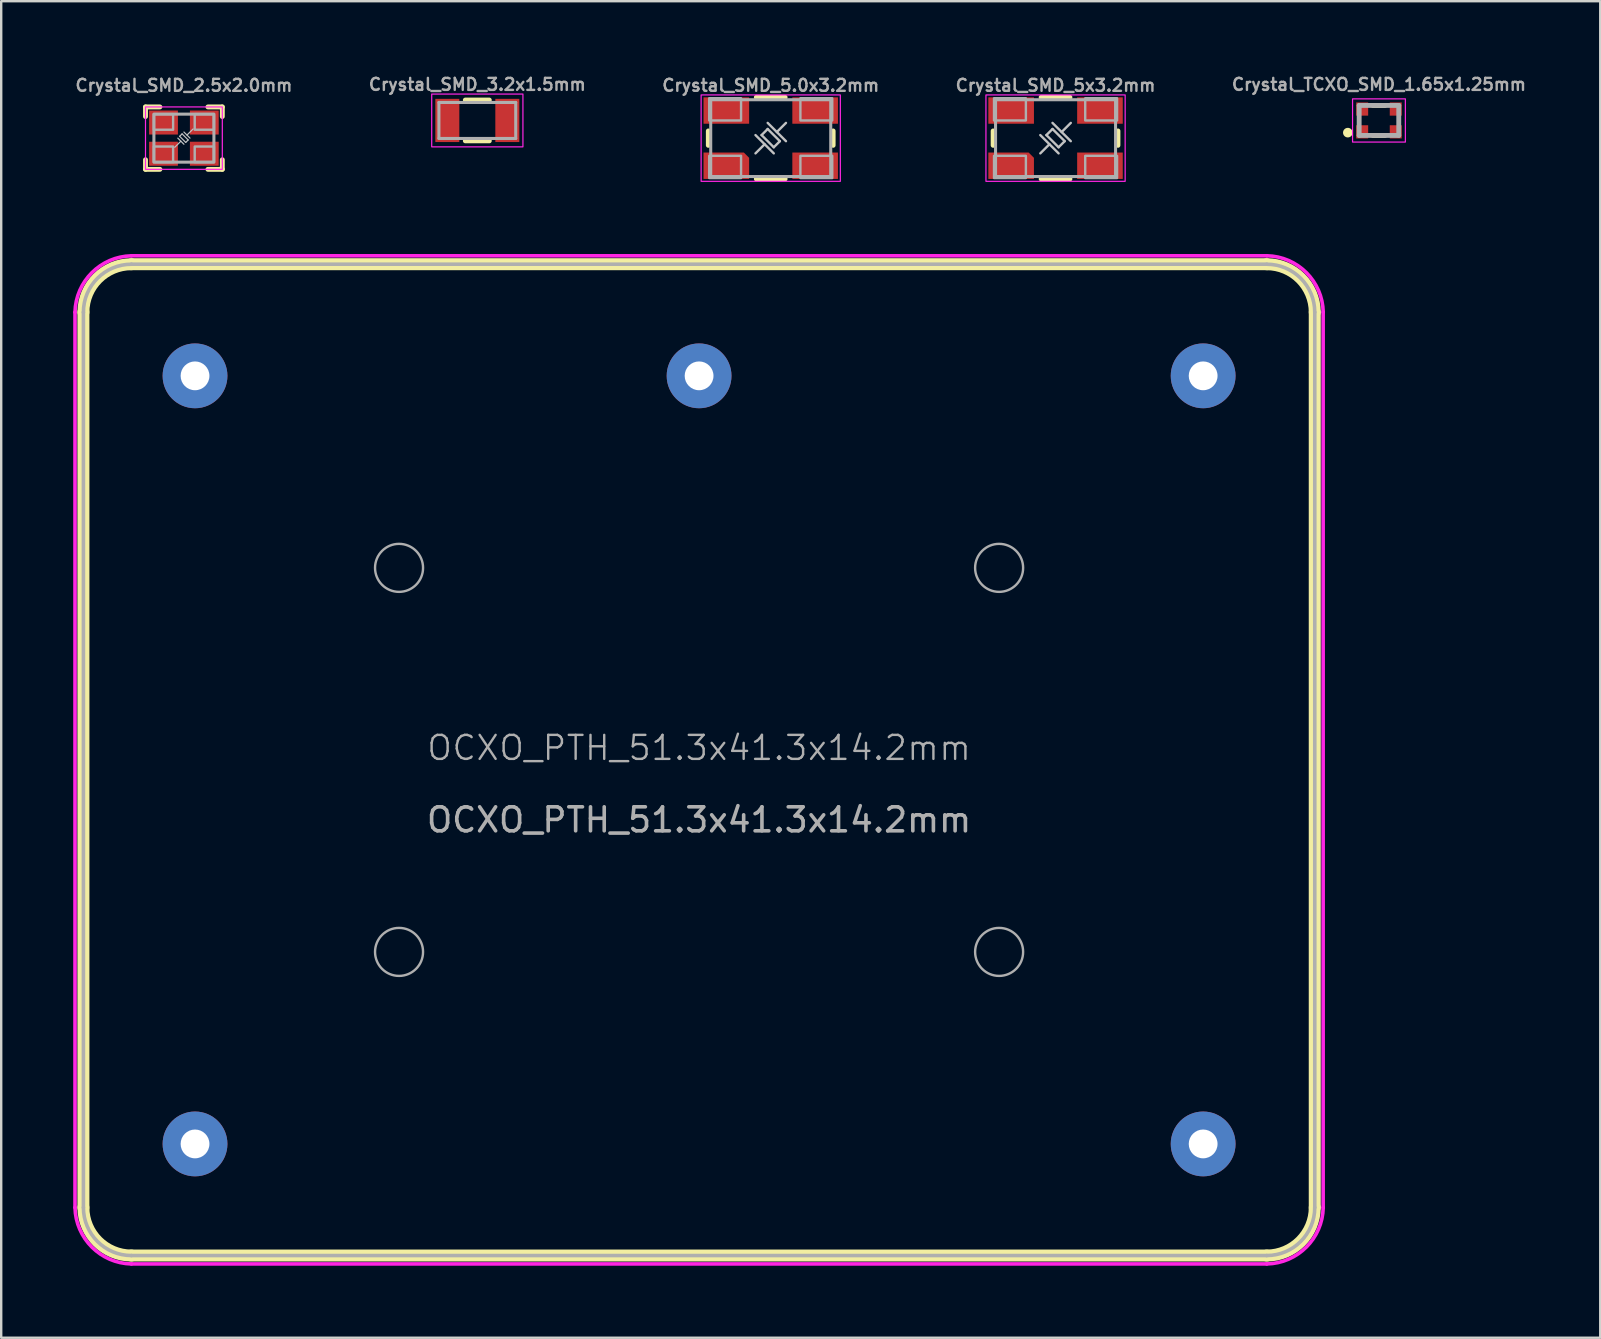
<source format=kicad_pcb>
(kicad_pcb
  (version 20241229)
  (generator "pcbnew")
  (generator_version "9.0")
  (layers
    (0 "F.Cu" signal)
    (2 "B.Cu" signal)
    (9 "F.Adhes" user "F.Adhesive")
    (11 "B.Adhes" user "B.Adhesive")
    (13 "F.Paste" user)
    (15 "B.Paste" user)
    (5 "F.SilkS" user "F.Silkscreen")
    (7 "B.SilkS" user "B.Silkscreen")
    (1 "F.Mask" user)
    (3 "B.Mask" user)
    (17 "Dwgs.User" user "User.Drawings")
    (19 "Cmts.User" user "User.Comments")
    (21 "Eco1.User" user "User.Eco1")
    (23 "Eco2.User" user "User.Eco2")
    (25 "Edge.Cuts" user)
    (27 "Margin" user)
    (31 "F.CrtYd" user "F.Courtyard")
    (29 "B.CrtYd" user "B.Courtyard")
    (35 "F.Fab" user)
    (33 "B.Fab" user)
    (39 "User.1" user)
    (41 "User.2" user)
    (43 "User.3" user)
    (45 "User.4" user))
  (footprint "Crystal_SMD_5x3.2mm"
    (layer "F.Cu")
    (at 40.926 2.705)
    (property "Reference" "Crystal_SMD_5x3.2mm" (at 0 -1.905 0) (layer "F.Fab") (effects (font (size 0.5 0.5) (thickness 0.1) (bold yes)) (justify bottom)))
    (fp_line (start -2.6 -0.3) (end -2.6 0.3) (stroke (width 0.203) (type solid)) (layer "F.SilkS"))
    (fp_line (start -0.6 -1.7) (end 0.6 -1.7) (stroke (width 0.203) (type solid)) (layer "F.SilkS"))
    (fp_line (start 0.6 1.7) (end -0.6 1.7) (stroke (width 0.203) (type solid)) (layer "F.SilkS"))
    (fp_line (start 2.6 -0.3) (end 2.6 0.3) (stroke (width 0.203) (type solid)) (layer "F.SilkS"))
    (fp_line (start -0.381 -0.127) (end -0.127 -0.381) (stroke (width 0.1) (type default)) (layer "Dwgs.User"))
    (fp_line (start -0.254 0.254) (end -0.635 0.635) (stroke (width 0.1) (type default)) (layer "Dwgs.User"))
    (fp_line (start 0.127 0.381) (end -0.381 -0.127) (stroke (width 0.1) (type default)) (layer "Dwgs.User"))
    (fp_line (start 0.127 0.381) (end 0.381 0.127) (stroke (width 0.1) (type default)) (layer "Dwgs.User"))
    (fp_line (start 0.127 0.635) (end -0.635 -0.127) (stroke (width 0.1) (type default)) (layer "Dwgs.User"))
    (fp_line (start 0.381 0.127) (end -0.127 -0.381) (stroke (width 0.1) (type default)) (layer "Dwgs.User"))
    (fp_line (start 0.635 -0.635) (end 0.254 -0.254) (stroke (width 0.1) (type default)) (layer "Dwgs.User"))
    (fp_line (start 0.635 0.127) (end -0.127 -0.635) (stroke (width 0.1) (type default)) (layer "Dwgs.User"))
    (fp_rect (start 2.9 -1.8) (end -2.9 1.8) (stroke (width 0.05) (type default)) (fill no) (layer "F.CrtYd"))
    (fp_line (start -2.5 -1.6) (end -2.5 1.6) (stroke (width 0.127) (type solid)) (layer "F.Fab"))
    (fp_line (start -2.5 1.6) (end 2.5 1.6) (stroke (width 0.127) (type solid)) (layer "F.Fab"))
    (fp_line (start 2.5 -1.6) (end -2.5 -1.6) (stroke (width 0.127) (type solid)) (layer "F.Fab"))
    (fp_line (start 2.5 1.6) (end 2.5 -1.6) (stroke (width 0.127) (type solid)) (layer "F.Fab"))
    (fp_poly (pts (xy -1.236 -0.737) (xy -2.563 -0.737) (xy -2.563 -1.663) (xy -1.236 -1.663)) (stroke (width 0.1) (type default)) (fill no) (layer "F.Fab"))
    (fp_poly (pts (xy -1.236 1.663) (xy -2.563 1.663) (xy -2.563 0.737) (xy -1.236 0.737)) (stroke (width 0.1) (type default)) (fill no) (layer "F.Fab"))
    (fp_poly (pts (xy 2.563 -0.737) (xy 1.236 -0.737) (xy 1.236 -1.663) (xy 2.563 -1.663)) (stroke (width 0.1) (type default)) (fill no) (layer "F.Fab"))
    (fp_poly (pts (xy 2.563 1.663) (xy 1.236 1.663) (xy 1.236 0.737) (xy 2.563 0.737)) (stroke (width 0.1) (type default)) (fill no) (layer "F.Fab"))
    (pad "1" smd roundrect (at -1.85 1.15) (size 1.9 1.1) (layers "F.Cu" "F.Mask" "F.Paste") (roundrect_rratio 0) (chamfer_ratio 0.2) (chamfer top_right))
    (pad "2" smd rect (at 1.85 1.15) (size 1.9 1.1) (layers "F.Cu" "F.Mask" "F.Paste"))
    (pad "3" smd rect (at 1.85 -1.15) (size 1.9 1.1) (layers "F.Cu" "F.Mask" "F.Paste"))
    (pad "4" smd rect (at -1.85 -1.15) (size 1.9 1.1) (layers "F.Cu" "F.Mask" "F.Paste")))
  (footprint "Crystal_SMD_5.0x3.2mm"
    (layer "F.Cu")
    (at 29.06 2.705)
    (property "Reference" "Crystal_SMD_5.0x3.2mm" (at 0 -1.905 0) (layer "F.Fab") (effects (font (size 0.5 0.5) (thickness 0.1) (bold yes)) (justify bottom)))
    (attr smd)
    (fp_line (start -2.6 -0.3) (end -2.6 0.3) (stroke (width 0.203) (type solid)) (layer "F.SilkS"))
    (fp_line (start -0.6 -1.7) (end 0.6 -1.7) (stroke (width 0.203) (type solid)) (layer "F.SilkS"))
    (fp_line (start 0.6 1.7) (end -0.6 1.7) (stroke (width 0.203) (type solid)) (layer "F.SilkS"))
    (fp_line (start 2.6 -0.3) (end 2.6 0.3) (stroke (width 0.203) (type solid)) (layer "F.SilkS"))
    (fp_line (start -0.381 -0.127) (end -0.127 -0.381) (stroke (width 0.1) (type default)) (layer "Dwgs.User"))
    (fp_line (start -0.254 0.254) (end -0.635 0.635) (stroke (width 0.1) (type default)) (layer "Dwgs.User"))
    (fp_line (start 0.127 0.381) (end -0.381 -0.127) (stroke (width 0.1) (type default)) (layer "Dwgs.User"))
    (fp_line (start 0.127 0.381) (end 0.381 0.127) (stroke (width 0.1) (type default)) (layer "Dwgs.User"))
    (fp_line (start 0.127 0.635) (end -0.635 -0.127) (stroke (width 0.1) (type default)) (layer "Dwgs.User"))
    (fp_line (start 0.381 0.127) (end -0.127 -0.381) (stroke (width 0.1) (type default)) (layer "Dwgs.User"))
    (fp_line (start 0.635 -0.635) (end 0.254 -0.254) (stroke (width 0.1) (type default)) (layer "Dwgs.User"))
    (fp_line (start 0.635 0.127) (end -0.127 -0.635) (stroke (width 0.1) (type default)) (layer "Dwgs.User"))
    (fp_rect (start 2.9 -1.8) (end -2.9 1.8) (stroke (width 0.05) (type default)) (fill no) (layer "F.CrtYd"))
    (fp_line (start -2.5 -1.6) (end -2.5 1.6) (stroke (width 0.127) (type solid)) (layer "F.Fab"))
    (fp_line (start -2.5 1.6) (end 2.5 1.6) (stroke (width 0.127) (type solid)) (layer "F.Fab"))
    (fp_line (start 2.5 -1.6) (end -2.5 -1.6) (stroke (width 0.127) (type solid)) (layer "F.Fab"))
    (fp_line (start 2.5 1.6) (end 2.5 -1.6) (stroke (width 0.127) (type solid)) (layer "F.Fab"))
    (fp_poly (pts (xy -1.236 -0.737) (xy -2.563 -0.737) (xy -2.563 -1.663) (xy -1.236 -1.663)) (stroke (width 0.1) (type default)) (fill no) (layer "F.Fab"))
    (fp_poly (pts (xy -1.236 1.663) (xy -2.563 1.663) (xy -2.563 0.737) (xy -1.236 0.737)) (stroke (width 0.1) (type default)) (fill no) (layer "F.Fab"))
    (fp_poly (pts (xy 2.563 -0.737) (xy 1.236 -0.737) (xy 1.236 -1.663) (xy 2.563 -1.663)) (stroke (width 0.1) (type default)) (fill no) (layer "F.Fab"))
    (fp_poly (pts (xy 2.563 1.663) (xy 1.236 1.663) (xy 1.236 0.737) (xy 2.563 0.737)) (stroke (width 0.1) (type default)) (fill no) (layer "F.Fab"))
    (pad "1" smd roundrect (at -1.85 1.15) (size 1.9 1.1) (layers "F.Cu" "F.Mask" "F.Paste") (roundrect_rratio 0) (chamfer_ratio 0.2) (chamfer top_right))
    (pad "2" smd rect (at 1.85 1.15) (size 1.9 1.1) (layers "F.Cu" "F.Mask" "F.Paste"))
    (pad "3" smd rect (at 1.85 -1.15) (size 1.9 1.1) (layers "F.Cu" "F.Mask" "F.Paste"))
    (pad "4" smd rect (at -1.85 -1.15) (size 1.9 1.1) (layers "F.Cu" "F.Mask" "F.Paste")))
  (footprint "Crystal_SMD_2.5x2.0mm"
    (layer "F.Cu")
    (at 4.612 2.705)
    (property "Reference" "Crystal_SMD_2.5x2.0mm" (at 0 -1.905 0) (layer "F.Fab") (effects (font (size 0.5 0.5) (thickness 0.1) (bold yes)) (justify bottom)))
    (fp_line (start -1.6 -1.3) (end -1.6 -0.9) (stroke (width 0.203) (type solid)) (layer "F.SilkS"))
    (fp_line (start -1.6 -1.3) (end -1 -1.3) (stroke (width 0.203) (type solid)) (layer "F.SilkS"))
    (fp_line (start -1.6 0.9) (end -1.6 1.3) (stroke (width 0.203) (type solid)) (layer "F.SilkS"))
    (fp_line (start -1 1.3) (end -1.6 1.3) (stroke (width 0.203) (type solid)) (layer "F.SilkS"))
    (fp_line (start 1 -1.3) (end 1.6 -1.3) (stroke (width 0.203) (type solid)) (layer "F.SilkS"))
    (fp_line (start 1.6 -0.9) (end 1.6 -1.3) (stroke (width 0.203) (type solid)) (layer "F.SilkS"))
    (fp_line (start 1.6 0.9) (end 1.6 1.3) (stroke (width 0.203) (type solid)) (layer "F.SilkS"))
    (fp_line (start 1.6 1.3) (end 1 1.3) (stroke (width 0.203) (type solid)) (layer "F.SilkS"))
    (fp_line (start -0.178 -0.076) (end -0.076 -0.178) (stroke (width 0.05) (type default)) (layer "Dwgs.User"))
    (fp_line (start -0.127 0.127) (end -0.381 0.381) (stroke (width 0.05) (type default)) (layer "Dwgs.User"))
    (fp_line (start 0 0.254) (end -0.254 0) (stroke (width 0.05) (type default)) (layer "Dwgs.User"))
    (fp_line (start 0.076 0.178) (end -0.178 -0.076) (stroke (width 0.05) (type default)) (layer "Dwgs.User"))
    (fp_line (start 0.076 0.178) (end 0.178 0.076) (stroke (width 0.05) (type default)) (layer "Dwgs.User"))
    (fp_line (start 0.178 0.076) (end -0.076 -0.178) (stroke (width 0.05) (type default)) (layer "Dwgs.User"))
    (fp_line (start 0.254 0) (end 0 -0.254) (stroke (width 0.05) (type default)) (layer "Dwgs.User"))
    (fp_line (start 0.381 -0.381) (end 0.127 -0.127) (stroke (width 0.05) (type default)) (layer "Dwgs.User"))
    (fp_rect (start 1.6 -1.3) (end -1.6 1.3) (stroke (width 0.05) (type default)) (fill no) (layer "F.CrtYd"))
    (fp_rect (start -1.25 -1) (end 1.25 1) (stroke (width 0.127) (type default)) (fill no) (layer "F.Fab"))
    (fp_poly (pts (xy -1.25 -1) (xy -1.25 -0.35) (xy -0.45 -0.35) (xy -0.45 -1)) (stroke (width 0.1) (type solid)) (fill no) (layer "F.Fab"))
    (fp_poly (pts (xy -1.25 0.35) (xy -1.25 1) (xy -0.45 1) (xy -0.45 0.35)) (stroke (width 0.1) (type solid)) (fill no) (layer "F.Fab"))
    (fp_poly (pts (xy 0.45 -1) (xy 0.45 -0.35) (xy 1.25 -0.35) (xy 1.25 -1)) (stroke (width 0.1) (type solid)) (fill no) (layer "F.Fab"))
    (fp_poly (pts (xy 0.45 0.35) (xy 0.45 1) (xy 1.25 1) (xy 1.25 0.35)) (stroke (width 0.1) (type solid)) (fill no) (layer "F.Fab"))
    (pad "1" smd rect (at -0.85 0.65) (size 1.2 1) (layers "F.Cu" "F.Mask" "F.Paste"))
    (pad "2" smd rect (at 0.85 0.65) (size 1.2 1) (layers "F.Cu" "F.Mask" "F.Paste"))
    (pad "3" smd rect (at 0.85 -0.65) (size 1.2 1) (layers "F.Cu" "F.Mask" "F.Paste"))
    (pad "4" smd rect (at -0.85 -0.65) (size 1.2 1) (layers "F.Cu" "F.Mask" "F.Paste")))
  (footprint "OCXO_PTH_51.3x41.3x14.2mm"
    (layer "F.Cu")
    (at 26.075 28.608)
    (property "Reference" "OCXO_PTH_51.3x41.3x14.2mm" (at 0 -0.5 0) (unlocked yes) (layer "F.Fab") (effects (font (size 1 1) (thickness 0.1))))
    (attr through_hole)
    (fp_line (start -25.65 -18.65) (end -25.65 18.65) (stroke (width 0.5) (type default)) (layer "F.SilkS"))
    (fp_line (start -23.65 -20.65) (end 23.65 -20.65) (stroke (width 0.5) (type default)) (layer "F.SilkS"))
    (fp_line (start -23.65 20.65) (end 23.65 20.65) (stroke (width 0.5) (type default)) (layer "F.SilkS"))
    (fp_line (start 25.65 -18.65) (end 25.65 18.65) (stroke (width 0.5) (type default)) (layer "F.SilkS"))
    (fp_arc (start -25.65 -18.65) (mid -25.064214 -20.064214) (end -23.65 -20.65) (stroke (width 0.5) (type default)) (layer "F.SilkS"))
    (fp_arc (start -23.65 20.65) (mid -25.064214 20.064214) (end -25.65 18.65) (stroke (width 0.5) (type default)) (layer "F.SilkS"))
    (fp_arc (start 23.65 -20.65) (mid 25.064214 -20.064214) (end 25.65 -18.65) (stroke (width 0.5) (type default)) (layer "F.SilkS"))
    (fp_arc (start 25.65 18.65) (mid 25.064214 20.064214) (end 23.65 20.65) (stroke (width 0.5) (type default)) (layer "F.SilkS"))
    (fp_line (start -26 -18.65) (end -26 18.65) (stroke (width 0.15) (type default)) (layer "F.CrtYd"))
    (fp_line (start -23.65 -21) (end 23.65 -21) (stroke (width 0.15) (type default)) (layer "F.CrtYd"))
    (fp_line (start -23.65 21) (end 23.65 21) (stroke (width 0.15) (type default)) (layer "F.CrtYd"))
    (fp_line (start 26 -18.65) (end 26 18.65) (stroke (width 0.15) (type default)) (layer "F.CrtYd"))
    (fp_arc (start -25.999999 -18.65) (mid -25.297424 -20.297424) (end -23.65 -20.999999) (stroke (width 0.15) (type default)) (layer "F.CrtYd"))
    (fp_arc (start -23.65 20.999999) (mid -25.297424 20.297424) (end -25.999999 18.65) (stroke (width 0.15) (type default)) (layer "F.CrtYd"))
    (fp_arc (start 23.652576 -21.002575) (mid 25.3 -20.3) (end 26.002575 -18.652576) (stroke (width 0.15) (type default)) (layer "F.CrtYd"))
    (fp_arc (start 26.002575 18.65) (mid 25.3 20.297424) (end 23.652576 20.999999) (stroke (width 0.15) (type default)) (layer "F.CrtYd"))
    (fp_line (start -25.65 -18.65) (end -25.65 18.65) (stroke (width 0.15) (type default)) (layer "F.Fab"))
    (fp_line (start -23.65 -20.65) (end 23.65 -20.65) (stroke (width 0.15) (type default)) (layer "F.Fab"))
    (fp_line (start -23.65 20.65) (end 23.65 20.65) (stroke (width 0.15) (type default)) (layer "F.Fab"))
    (fp_line (start 25.65 -18.65) (end 25.65 18.65) (stroke (width 0.15) (type default)) (layer "F.Fab"))
    (fp_arc (start -25.65 -18.65) (mid -25.064214 -20.064214) (end -23.65 -20.65) (stroke (width 0.15) (type default)) (layer "F.Fab"))
    (fp_arc (start -23.65 20.65) (mid -25.064214 20.064214) (end -25.65 18.65) (stroke (width 0.15) (type default)) (layer "F.Fab"))
    (fp_arc (start 23.65 -20.65) (mid 25.064214 -20.064214) (end 25.65 -18.65) (stroke (width 0.15) (type default)) (layer "F.Fab"))
    (fp_arc (start 25.65 18.65) (mid 25.064214 20.064214) (end 23.65 20.65) (stroke (width 0.15) (type default)) (layer "F.Fab"))
    (fp_circle (center -12.5 -8) (end -11.5 -8) (stroke (width 0.1) (type solid)) (fill no) (layer "F.Fab"))
    (fp_circle (center -12.5 8) (end -11.5 8) (stroke (width 0.1) (type solid)) (fill no) (layer "F.Fab"))
    (fp_circle (center 12.5 -8) (end 13.5 -8) (stroke (width 0.1) (type solid)) (fill no) (layer "F.Fab"))
    (fp_circle (center 12.5 8) (end 13.5 8) (stroke (width 0.1) (type solid)) (fill no) (layer "F.Fab"))
    (fp_text user "${REFERENCE}" (at 0 2.5 0) (unlocked yes) (layer "F.Fab") (effects (font (size 1 1) (thickness 0.15))))
    (pad "1" thru_hole circle (at -21 -16) (size 2.7 2.7) (drill 1.2) (layers "*.Cu" "*.Mask"))
    (pad "2" thru_hole circle (at 0 -16) (size 2.7 2.7) (drill 1.2) (layers "*.Cu" "*.Mask"))
    (pad "3" thru_hole circle (at 21 -16) (size 2.7 2.7) (drill 1.2) (layers "*.Cu" "*.Mask"))
    (pad "4" thru_hole circle (at 21 16) (size 2.7 2.7) (drill 1.2) (layers "*.Cu" "*.Mask"))
    (pad "5" thru_hole circle (at -21 16) (size 2.7 2.7) (drill 1.2) (layers "*.Cu" "*.Mask")))
  (footprint "Crystal_TCXO_SMD_1.65x1.25mm"
    (layer "F.Cu")
    (at 54.4 1.968)
    (property "Reference" "Crystal_TCXO_SMD_1.65x1.25mm" (at 0 -1.5 0) (layer "F.Fab") (effects (font (size 0.5 0.5) (thickness 0.1))))
    (fp_line (start -0.25 -0.625) (end 0.25 -0.625) (stroke (width 0.203) (type solid)) (layer "F.SilkS"))
    (fp_line (start -0.25 0.625) (end 0.25 0.625) (stroke (width 0.203) (type solid)) (layer "F.SilkS"))
    (fp_circle (center -1.297 0.508) (end -1.297 0.608) (stroke (width 0.2) (type solid)) (fill yes) (layer "F.SilkS"))
    (fp_rect (start 1.1 -0.9) (end -1.1 0.9) (stroke (width 0.05) (type default)) (fill no) (layer "F.CrtYd"))
    (fp_line (start -0.825 -0.625) (end -0.825 0.625) (stroke (width 0.203) (type solid)) (layer "F.Fab"))
    (fp_line (start -0.825 -0.625) (end 0.825 -0.625) (stroke (width 0.203) (type solid)) (layer "F.Fab"))
    (fp_line (start -0.825 0.625) (end 0.825 0.625) (stroke (width 0.203) (type solid)) (layer "F.Fab"))
    (fp_line (start 0.825 -0.625) (end 0.825 0.625) (stroke (width 0.203) (type solid)) (layer "F.Fab"))
    (pad "1" smd rect (at -0.7 0.475) (size 0.5 0.55) (layers "F.Cu" "F.Mask" "F.Paste"))
    (pad "2" smd rect (at 0.7 0.475) (size 0.5 0.55) (layers "F.Cu" "F.Mask" "F.Paste"))
    (pad "3" smd rect (at 0.7 -0.475) (size 0.5 0.55) (layers "F.Cu" "F.Mask" "F.Paste"))
    (pad "4" smd rect (at -0.7 -0.475) (size 0.5 0.55) (layers "F.Cu" "F.Mask" "F.Paste")))
  (footprint "Crystal_SMD_3.2x1.5mm"
    (layer "F.Cu")
    (at 16.836 1.968)
    (property "Reference" "Crystal_SMD_3.2x1.5mm" (at 0 -1.5 0) (layer "F.Fab") (effects (font (size 0.5 0.5) (thickness 0.1))))
    (fp_line (start -0.5 -0.85) (end 0.5 -0.85) (stroke (width 0.203) (type solid)) (layer "F.SilkS"))
    (fp_line (start 0.5 0.85) (end -0.5 0.85) (stroke (width 0.203) (type solid)) (layer "F.SilkS"))
    (fp_rect (start 1.9 -1.1) (end -1.9 1.1) (stroke (width 0.05) (type default)) (fill no) (layer "F.CrtYd"))
    (fp_line (start -1.6 -0.75) (end 1.6 -0.75) (stroke (width 0.127) (type solid)) (layer "F.Fab"))
    (fp_line (start -1.6 0.75) (end -1.6 -0.75) (stroke (width 0.127) (type solid)) (layer "F.Fab"))
    (fp_line (start 1.6 -0.75) (end 1.6 0.75) (stroke (width 0.127) (type solid)) (layer "F.Fab"))
    (fp_line (start 1.6 0.75) (end -1.6 0.75) (stroke (width 0.127) (type solid)) (layer "F.Fab"))
    (pad "1" smd rect (at -1.25 0) (size 1 1.8) (layers "F.Cu" "F.Mask" "F.Paste"))
    (pad "2" smd rect (at 1.25 0) (size 1 1.8) (layers "F.Cu" "F.Mask" "F.Paste")))
  (gr_rect
    (start -3 -3)
    (end 63.619 52.683)
    (stroke (width 0.1) (type default))
    (fill no)
    (layer "Edge.Cuts")))
</source>
